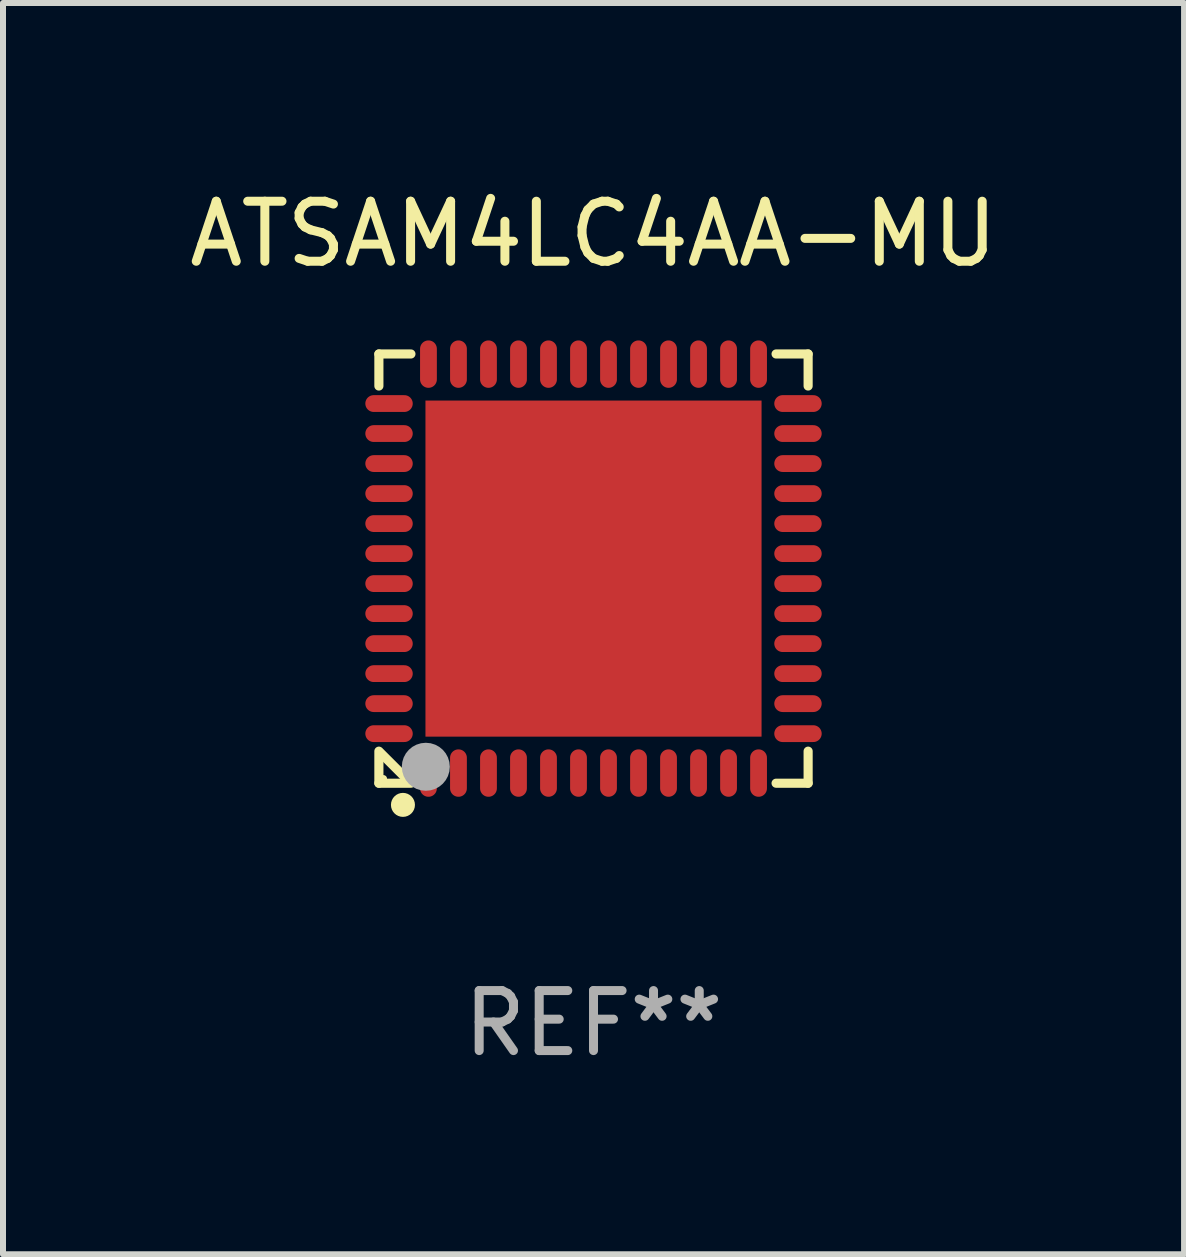
<source format=kicad_pcb>
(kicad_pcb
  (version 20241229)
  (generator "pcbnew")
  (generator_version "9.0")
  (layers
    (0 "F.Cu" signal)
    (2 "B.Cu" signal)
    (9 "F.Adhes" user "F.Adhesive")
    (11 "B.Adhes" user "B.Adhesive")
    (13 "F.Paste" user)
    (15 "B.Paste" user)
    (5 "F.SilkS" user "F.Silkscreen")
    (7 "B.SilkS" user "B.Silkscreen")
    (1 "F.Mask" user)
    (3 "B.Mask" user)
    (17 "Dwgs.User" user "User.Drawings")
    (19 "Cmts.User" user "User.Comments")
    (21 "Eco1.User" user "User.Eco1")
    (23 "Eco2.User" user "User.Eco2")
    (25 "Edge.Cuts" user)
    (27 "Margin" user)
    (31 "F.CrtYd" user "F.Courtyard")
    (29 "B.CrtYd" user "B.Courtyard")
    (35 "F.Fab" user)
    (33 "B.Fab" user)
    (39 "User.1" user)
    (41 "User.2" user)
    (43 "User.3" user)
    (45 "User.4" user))
  (footprint "ATSAM4LC4AA-MU"
    (layer "F.Cu")
    (at 6.839 6.424)
    (property "Reference" "ATSAM4LC4AA-MU" (at 0 -5.576 0) (layer "F.SilkS") (effects (font (size 1 1) (thickness 0.15))))
    (attr through_hole)
    (fp_line (start -3.576 -3.576) (end -3.576 -3.042) (stroke (width 0.152) (type solid)) (layer "F.SilkS"))
    (fp_line (start -3.576 3.576) (end -3.576 3.042) (stroke (width 0.152) (type solid)) (layer "F.SilkS"))
    (fp_line (start -3.069 3.549) (end -3.549 3.069) (stroke (width 0.152) (type solid)) (layer "F.SilkS"))
    (fp_line (start -3.042 -3.576) (end -3.576 -3.576) (stroke (width 0.152) (type solid)) (layer "F.SilkS"))
    (fp_line (start -3.042 3.576) (end -3.576 3.576) (stroke (width 0.152) (type solid)) (layer "F.SilkS"))
    (fp_line (start 3.042 -3.576) (end 3.576 -3.576) (stroke (width 0.152) (type solid)) (layer "F.SilkS"))
    (fp_line (start 3.042 3.576) (end 3.576 3.576) (stroke (width 0.152) (type solid)) (layer "F.SilkS"))
    (fp_line (start 3.576 -3.576) (end 3.576 -3.042) (stroke (width 0.152) (type solid)) (layer "F.SilkS"))
    (fp_line (start 3.576 3.576) (end 3.576 3.042) (stroke (width 0.152) (type solid)) (layer "F.SilkS"))
    (fp_circle (center -3.5 3.5) (end -3.47 3.5) (stroke (width 0.06) (type solid)) (fill no) (layer "F.SilkS"))
    (fp_circle (center -3.175 3.937) (end -3.075 3.937) (stroke (width 0.2) (type solid)) (fill no) (layer "F.SilkS"))
    (fp_circle (center -2.794 3.302) (end -2.594 3.302) (stroke (width 0.4) (type solid)) (fill no) (layer "F.Fab"))
    (fp_text user "REF**" (at 0 7.576 0) (layer "F.Fab") (effects (font (size 1 1) (thickness 0.15))))
    (pad "1" smd oval (at -2.75 3.407) (size 0.28 0.79) (layers "F.Cu" "F.Mask" "F.Paste"))
    (pad "2" smd oval (at -2.25 3.407) (size 0.28 0.79) (layers "F.Cu" "F.Mask" "F.Paste"))
    (pad "3" smd oval (at -1.75 3.407) (size 0.28 0.79) (layers "F.Cu" "F.Mask" "F.Paste"))
    (pad "4" smd oval (at -1.25 3.407) (size 0.28 0.79) (layers "F.Cu" "F.Mask" "F.Paste"))
    (pad "5" smd oval (at -0.75 3.407) (size 0.28 0.79) (layers "F.Cu" "F.Mask" "F.Paste"))
    (pad "6" smd oval (at -0.25 3.407) (size 0.28 0.79) (layers "F.Cu" "F.Mask" "F.Paste"))
    (pad "7" smd oval (at 0.25 3.407) (size 0.28 0.79) (layers "F.Cu" "F.Mask" "F.Paste"))
    (pad "8" smd oval (at 0.75 3.407) (size 0.28 0.79) (layers "F.Cu" "F.Mask" "F.Paste"))
    (pad "9" smd oval (at 1.25 3.407) (size 0.28 0.79) (layers "F.Cu" "F.Mask" "F.Paste"))
    (pad "10" smd oval (at 1.75 3.407) (size 0.28 0.79) (layers "F.Cu" "F.Mask" "F.Paste"))
    (pad "11" smd oval (at 2.25 3.407) (size 0.28 0.79) (layers "F.Cu" "F.Mask" "F.Paste"))
    (pad "12" smd oval (at 2.75 3.407) (size 0.28 0.79) (layers "F.Cu" "F.Mask" "F.Paste"))
    (pad "13" smd oval (at 3.407 2.75) (size 0.79 0.28) (layers "F.Cu" "F.Mask" "F.Paste"))
    (pad "14" smd oval (at 3.407 2.25) (size 0.79 0.28) (layers "F.Cu" "F.Mask" "F.Paste"))
    (pad "15" smd oval (at 3.407 1.75) (size 0.79 0.28) (layers "F.Cu" "F.Mask" "F.Paste"))
    (pad "16" smd oval (at 3.407 1.25) (size 0.79 0.28) (layers "F.Cu" "F.Mask" "F.Paste"))
    (pad "17" smd oval (at 3.407 0.75) (size 0.79 0.28) (layers "F.Cu" "F.Mask" "F.Paste"))
    (pad "18" smd oval (at 3.407 0.25) (size 0.79 0.28) (layers "F.Cu" "F.Mask" "F.Paste"))
    (pad "19" smd oval (at 3.407 -0.25) (size 0.79 0.28) (layers "F.Cu" "F.Mask" "F.Paste"))
    (pad "20" smd oval (at 3.407 -0.75) (size 0.79 0.28) (layers "F.Cu" "F.Mask" "F.Paste"))
    (pad "21" smd oval (at 3.407 -1.25) (size 0.79 0.28) (layers "F.Cu" "F.Mask" "F.Paste"))
    (pad "22" smd oval (at 3.407 -1.75) (size 0.79 0.28) (layers "F.Cu" "F.Mask" "F.Paste"))
    (pad "23" smd oval (at 3.407 -2.25) (size 0.79 0.28) (layers "F.Cu" "F.Mask" "F.Paste"))
    (pad "24" smd oval (at 3.407 -2.75) (size 0.79 0.28) (layers "F.Cu" "F.Mask" "F.Paste"))
    (pad "25" smd oval (at 2.75 -3.407) (size 0.28 0.79) (layers "F.Cu" "F.Mask" "F.Paste"))
    (pad "26" smd oval (at 2.25 -3.407) (size 0.28 0.79) (layers "F.Cu" "F.Mask" "F.Paste"))
    (pad "27" smd oval (at 1.75 -3.407) (size 0.28 0.79) (layers "F.Cu" "F.Mask" "F.Paste"))
    (pad "28" smd oval (at 1.25 -3.407) (size 0.28 0.79) (layers "F.Cu" "F.Mask" "F.Paste"))
    (pad "29" smd oval (at 0.75 -3.407) (size 0.28 0.79) (layers "F.Cu" "F.Mask" "F.Paste"))
    (pad "30" smd oval (at 0.25 -3.407) (size 0.28 0.79) (layers "F.Cu" "F.Mask" "F.Paste"))
    (pad "31" smd oval (at -0.25 -3.407) (size 0.28 0.79) (layers "F.Cu" "F.Mask" "F.Paste"))
    (pad "32" smd oval (at -0.75 -3.407) (size 0.28 0.79) (layers "F.Cu" "F.Mask" "F.Paste"))
    (pad "33" smd oval (at -1.25 -3.407) (size 0.28 0.79) (layers "F.Cu" "F.Mask" "F.Paste"))
    (pad "34" smd oval (at -1.75 -3.407) (size 0.28 0.79) (layers "F.Cu" "F.Mask" "F.Paste"))
    (pad "35" smd oval (at -2.25 -3.407) (size 0.28 0.79) (layers "F.Cu" "F.Mask" "F.Paste"))
    (pad "36" smd oval (at -2.75 -3.407) (size 0.28 0.79) (layers "F.Cu" "F.Mask" "F.Paste"))
    (pad "37" smd oval (at -3.407 -2.75) (size 0.79 0.28) (layers "F.Cu" "F.Mask" "F.Paste"))
    (pad "38" smd oval (at -3.407 -2.25) (size 0.79 0.28) (layers "F.Cu" "F.Mask" "F.Paste"))
    (pad "39" smd oval (at -3.407 -1.75) (size 0.79 0.28) (layers "F.Cu" "F.Mask" "F.Paste"))
    (pad "40" smd oval (at -3.407 -1.25) (size 0.79 0.28) (layers "F.Cu" "F.Mask" "F.Paste"))
    (pad "41" smd oval (at -3.407 -0.75) (size 0.79 0.28) (layers "F.Cu" "F.Mask" "F.Paste"))
    (pad "42" smd oval (at -3.407 -0.25) (size 0.79 0.28) (layers "F.Cu" "F.Mask" "F.Paste"))
    (pad "43" smd oval (at -3.407 0.25) (size 0.79 0.28) (layers "F.Cu" "F.Mask" "F.Paste"))
    (pad "44" smd oval (at -3.407 0.75) (size 0.79 0.28) (layers "F.Cu" "F.Mask" "F.Paste"))
    (pad "45" smd oval (at -3.407 1.25) (size 0.79 0.28) (layers "F.Cu" "F.Mask" "F.Paste"))
    (pad "46" smd oval (at -3.407 1.75) (size 0.79 0.28) (layers "F.Cu" "F.Mask" "F.Paste"))
    (pad "47" smd oval (at -3.407 2.25) (size 0.79 0.28) (layers "F.Cu" "F.Mask" "F.Paste"))
    (pad "48" smd oval (at -3.407 2.75) (size 0.79 0.28) (layers "F.Cu" "F.Mask" "F.Paste"))
    (pad "49" smd rect (at 0 0) (size 5.6 5.6) (layers "F.Cu" "F.Mask" "F.Paste")))
  (gr_rect
    (start -3 -3)
    (end 16.679 17.849)
    (stroke (width 0.1) (type default))
    (fill no)
    (layer "Edge.Cuts")))
</source>
